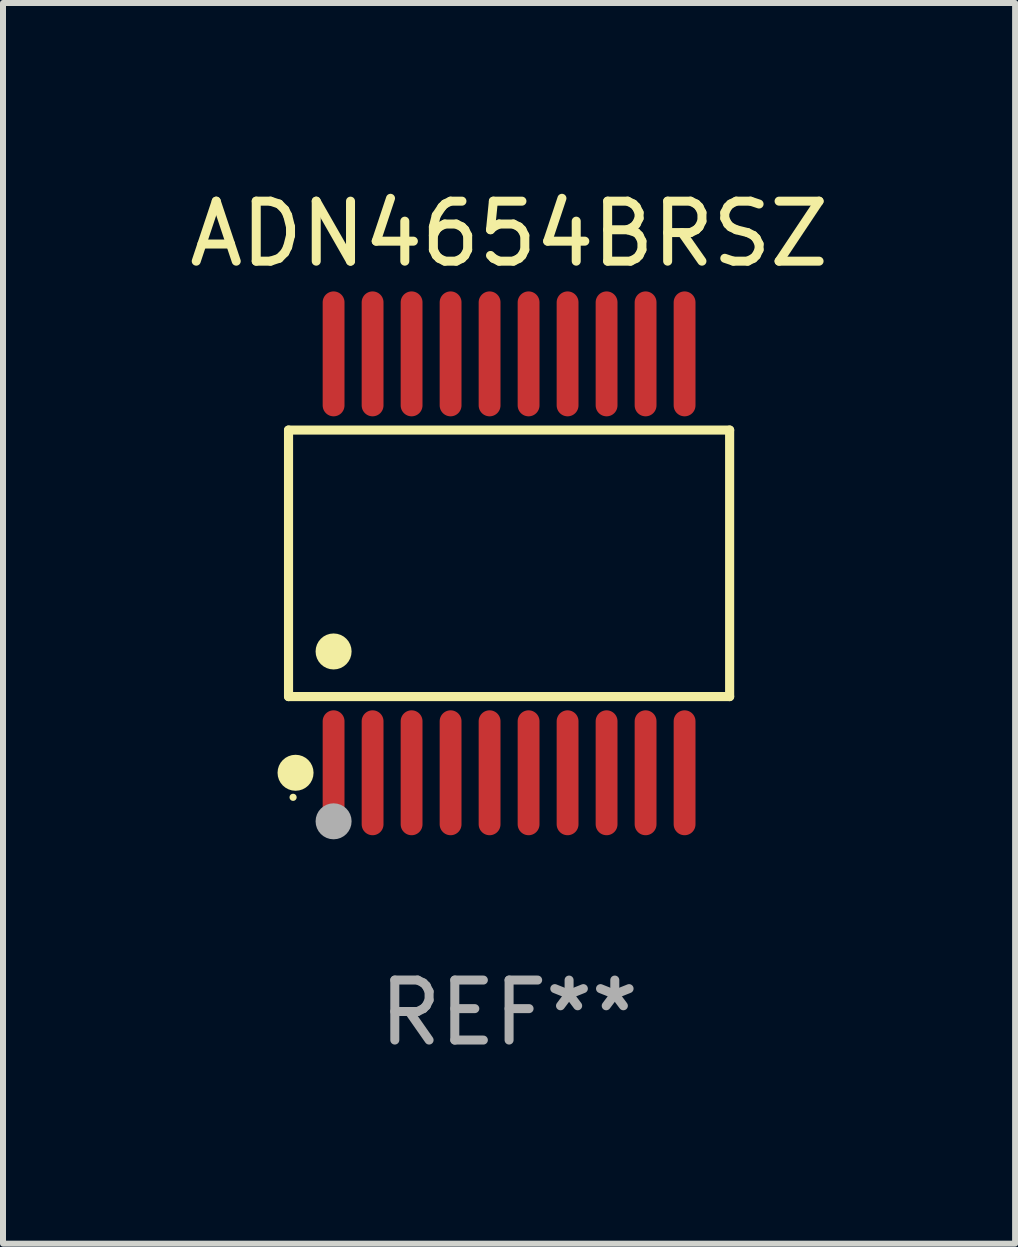
<source format=kicad_pcb>
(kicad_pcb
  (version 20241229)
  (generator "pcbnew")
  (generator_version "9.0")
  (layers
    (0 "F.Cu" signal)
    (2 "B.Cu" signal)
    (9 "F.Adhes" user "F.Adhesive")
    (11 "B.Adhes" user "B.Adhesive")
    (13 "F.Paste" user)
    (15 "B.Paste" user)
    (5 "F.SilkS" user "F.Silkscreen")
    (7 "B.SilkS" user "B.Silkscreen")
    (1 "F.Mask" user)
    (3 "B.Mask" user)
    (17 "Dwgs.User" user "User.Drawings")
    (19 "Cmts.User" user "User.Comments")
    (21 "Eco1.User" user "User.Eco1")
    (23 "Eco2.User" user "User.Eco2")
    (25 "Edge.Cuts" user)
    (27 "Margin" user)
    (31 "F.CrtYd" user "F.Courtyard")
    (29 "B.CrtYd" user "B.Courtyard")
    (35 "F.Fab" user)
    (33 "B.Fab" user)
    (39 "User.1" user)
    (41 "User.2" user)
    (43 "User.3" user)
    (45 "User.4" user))
  (footprint "ADN4654BRSZ"
    (layer "F.Cu")
    (at 5.435 6.339)
    (property "Reference" "ADN4654BRSZ" (at 0 -5.491 0) (layer "F.SilkS") (effects (font (size 1 1) (thickness 0.15))))
    (attr through_hole)
    (fp_line (start -3.676 -2.221) (end 3.676 -2.221) (stroke (width 0.152) (type solid)) (layer "F.SilkS"))
    (fp_line (start -3.676 2.221) (end -3.676 -2.221) (stroke (width 0.152) (type solid)) (layer "F.SilkS"))
    (fp_line (start 3.676 -2.221) (end 3.676 2.221) (stroke (width 0.152) (type solid)) (layer "F.SilkS"))
    (fp_line (start 3.676 2.221) (end -3.676 2.221) (stroke (width 0.152) (type solid)) (layer "F.SilkS"))
    (fp_circle (center -3.6 3.9) (end -3.57 3.9) (stroke (width 0.06) (type solid)) (fill no) (layer "F.SilkS"))
    (fp_circle (center -3.559 3.491) (end -3.409 3.491) (stroke (width 0.3) (type solid)) (fill no) (layer "F.SilkS"))
    (fp_circle (center -2.925 1.469) (end -2.775 1.469) (stroke (width 0.3) (type solid)) (fill no) (layer "F.SilkS"))
    (fp_circle (center -2.925 4.3) (end -2.775 4.3) (stroke (width 0.3) (type solid)) (fill no) (layer "F.Fab"))
    (fp_text user "REF**" (at 0 7.491 0) (layer "F.Fab") (effects (font (size 1 1) (thickness 0.15))))
    (pad "1" smd oval (at -2.925 3.491) (size 0.364 2.082) (layers "F.Cu" "F.Mask" "F.Paste"))
    (pad "2" smd oval (at -2.275 3.491) (size 0.364 2.082) (layers "F.Cu" "F.Mask" "F.Paste"))
    (pad "3" smd oval (at -1.625 3.491) (size 0.364 2.082) (layers "F.Cu" "F.Mask" "F.Paste"))
    (pad "4" smd oval (at -0.975 3.491) (size 0.364 2.082) (layers "F.Cu" "F.Mask" "F.Paste"))
    (pad "5" smd oval (at -0.325 3.491) (size 0.364 2.082) (layers "F.Cu" "F.Mask" "F.Paste"))
    (pad "6" smd oval (at 0.325 3.491) (size 0.364 2.082) (layers "F.Cu" "F.Mask" "F.Paste"))
    (pad "7" smd oval (at 0.975 3.491) (size 0.364 2.082) (layers "F.Cu" "F.Mask" "F.Paste"))
    (pad "8" smd oval (at 1.625 3.491) (size 0.364 2.082) (layers "F.Cu" "F.Mask" "F.Paste"))
    (pad "9" smd oval (at 2.275 3.491) (size 0.364 2.082) (layers "F.Cu" "F.Mask" "F.Paste"))
    (pad "10" smd oval (at 2.925 3.491) (size 0.364 2.082) (layers "F.Cu" "F.Mask" "F.Paste"))
    (pad "11" smd oval (at 2.925 -3.491) (size 0.364 2.082) (layers "F.Cu" "F.Mask" "F.Paste"))
    (pad "12" smd oval (at 2.275 -3.491) (size 0.364 2.082) (layers "F.Cu" "F.Mask" "F.Paste"))
    (pad "13" smd oval (at 1.625 -3.491) (size 0.364 2.082) (layers "F.Cu" "F.Mask" "F.Paste"))
    (pad "14" smd oval (at 0.975 -3.491) (size 0.364 2.082) (layers "F.Cu" "F.Mask" "F.Paste"))
    (pad "15" smd oval (at 0.325 -3.491) (size 0.364 2.082) (layers "F.Cu" "F.Mask" "F.Paste"))
    (pad "16" smd oval (at -0.325 -3.491) (size 0.364 2.082) (layers "F.Cu" "F.Mask" "F.Paste"))
    (pad "17" smd oval (at -0.975 -3.491) (size 0.364 2.082) (layers "F.Cu" "F.Mask" "F.Paste"))
    (pad "18" smd oval (at -1.625 -3.491) (size 0.364 2.082) (layers "F.Cu" "F.Mask" "F.Paste"))
    (pad "19" smd oval (at -2.275 -3.491) (size 0.364 2.082) (layers "F.Cu" "F.Mask" "F.Paste"))
    (pad "20" smd oval (at -2.925 -3.491) (size 0.364 2.082) (layers "F.Cu" "F.Mask" "F.Paste")))
  (gr_rect
    (start -3 -3)
    (end 13.869 17.678)
    (stroke (width 0.1) (type default))
    (fill no)
    (layer "Edge.Cuts")))
</source>
